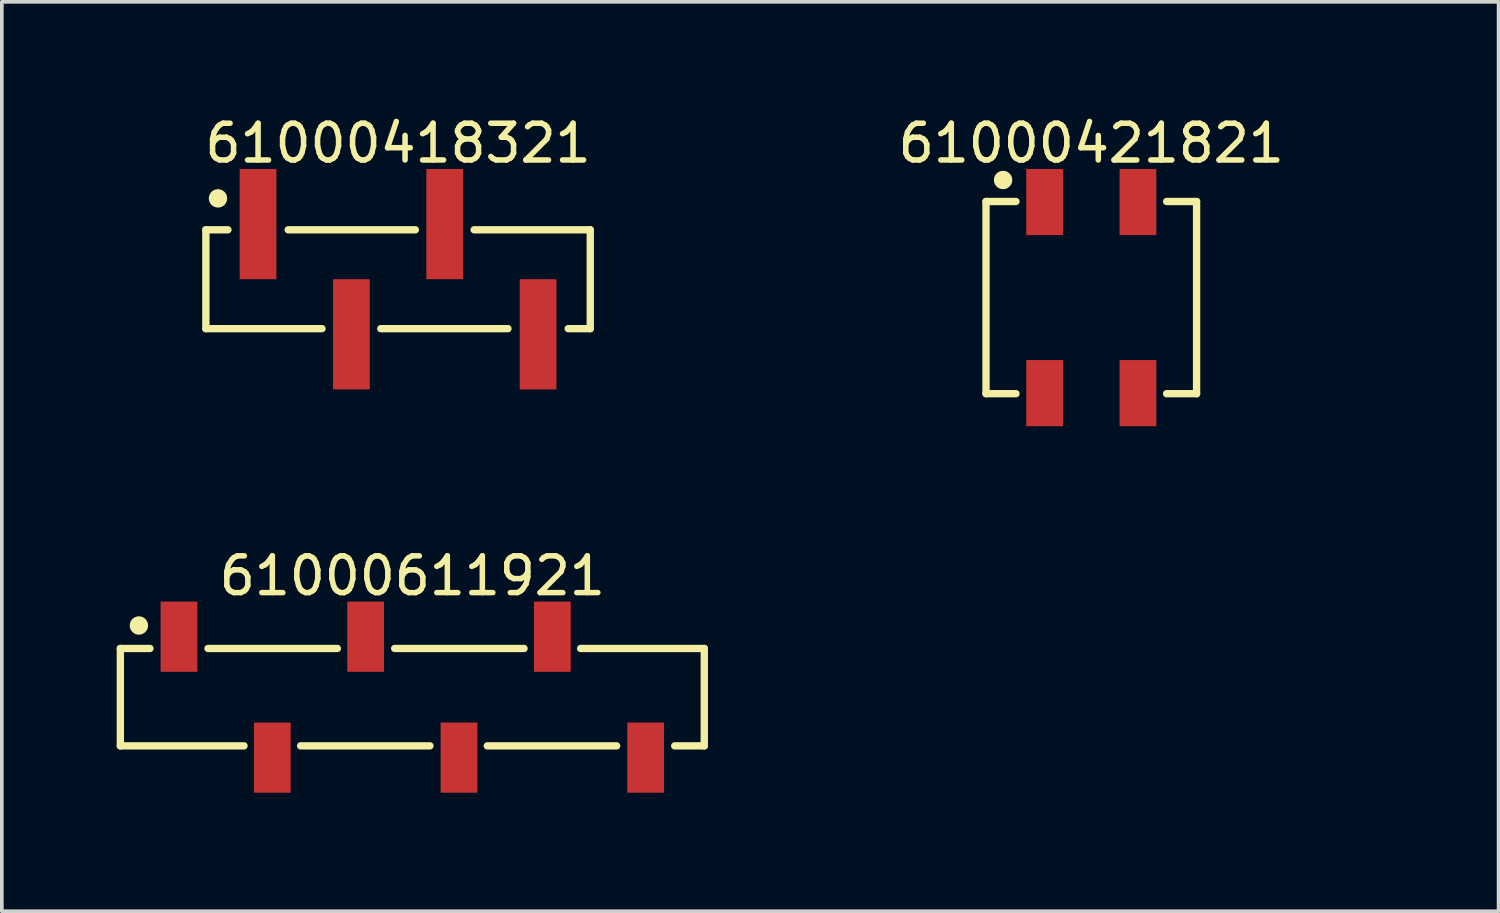
<source format=kicad_pcb>
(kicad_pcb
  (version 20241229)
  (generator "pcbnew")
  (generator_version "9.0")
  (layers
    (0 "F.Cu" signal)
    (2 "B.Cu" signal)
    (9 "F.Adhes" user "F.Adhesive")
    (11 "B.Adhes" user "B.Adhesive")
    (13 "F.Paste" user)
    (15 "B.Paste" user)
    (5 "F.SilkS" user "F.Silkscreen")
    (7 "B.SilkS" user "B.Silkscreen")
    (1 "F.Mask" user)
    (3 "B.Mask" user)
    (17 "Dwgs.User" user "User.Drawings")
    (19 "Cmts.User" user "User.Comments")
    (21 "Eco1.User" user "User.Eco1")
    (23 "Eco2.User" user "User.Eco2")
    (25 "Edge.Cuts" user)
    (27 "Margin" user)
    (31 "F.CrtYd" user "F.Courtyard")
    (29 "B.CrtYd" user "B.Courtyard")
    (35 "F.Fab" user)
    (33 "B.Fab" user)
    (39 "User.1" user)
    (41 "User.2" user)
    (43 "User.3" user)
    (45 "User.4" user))
  (footprint "61000421821"
    (layer "F.Cu")
    (at 26.646 5.048)
    (property "Reference" "61000421821" (at 0 -4.2 0) (layer "F.SilkS") (effects (font (size 1 1) (thickness 0.15))))
    (fp_line (start -2.865 -2.615) (end -2.05 -2.615) (stroke (width 0.2) (type solid)) (layer "F.SilkS"))
    (fp_line (start -2.865 2.615) (end -2.865 -2.615) (stroke (width 0.2) (type solid)) (layer "F.SilkS"))
    (fp_line (start -2.865 2.615) (end -2.05 2.615) (stroke (width 0.2) (type solid)) (layer "F.SilkS"))
    (fp_line (start 2.05 -2.615) (end 2.865 -2.615) (stroke (width 0.2) (type solid)) (layer "F.SilkS"))
    (fp_line (start 2.05 2.615) (end 2.865 2.615) (stroke (width 0.2) (type solid)) (layer "F.SilkS"))
    (fp_line (start 2.865 2.615) (end 2.865 -2.615) (stroke (width 0.2) (type solid)) (layer "F.SilkS"))
    (fp_circle (center -2.4 -3.2) (end -2.4 -3.325) (stroke (width 0.25) (type solid)) (fill no) (layer "F.SilkS"))
    (fp_line (start -3.065 -3.7) (end 3.065 -3.7) (stroke (width 0.05) (type solid)) (layer "Eco2.User"))
    (fp_line (start -3.065 3.7) (end -3.065 -3.7) (stroke (width 0.05) (type solid)) (layer "Eco2.User"))
    (fp_line (start -3.065 3.7) (end 3.065 3.7) (stroke (width 0.05) (type solid)) (layer "Eco2.User"))
    (fp_line (start -2.79 -2.54) (end 2.79 -2.54) (stroke (width 0.1) (type solid)) (layer "Eco2.User"))
    (fp_line (start -2.79 2.54) (end -2.79 -2.54) (stroke (width 0.1) (type solid)) (layer "Eco2.User"))
    (fp_line (start -2.79 2.54) (end 2.79 2.54) (stroke (width 0.1) (type solid)) (layer "Eco2.User"))
    (fp_line (start -1.59 -3.35) (end -0.95 -3.35) (stroke (width 0.1) (type solid)) (layer "Eco2.User"))
    (fp_line (start -1.59 -2.54) (end -1.59 -3.35) (stroke (width 0.1) (type solid)) (layer "Eco2.User"))
    (fp_line (start -1.59 3.35) (end -1.59 2.54) (stroke (width 0.1) (type solid)) (layer "Eco2.User"))
    (fp_line (start -1.59 3.35) (end -0.95 3.35) (stroke (width 0.1) (type solid)) (layer "Eco2.User"))
    (fp_line (start -0.95 -2.54) (end -0.95 -3.35) (stroke (width 0.1) (type solid)) (layer "Eco2.User"))
    (fp_line (start -0.95 3.35) (end -0.95 2.54) (stroke (width 0.1) (type solid)) (layer "Eco2.User"))
    (fp_line (start -0.5 0) (end 0.5 0) (stroke (width 0.05) (type solid)) (layer "Eco2.User"))
    (fp_line (start 0 0.5) (end 0 -0.5) (stroke (width 0.05) (type solid)) (layer "Eco2.User"))
    (fp_line (start 0.95 -3.35) (end 1.59 -3.35) (stroke (width 0.1) (type solid)) (layer "Eco2.User"))
    (fp_line (start 0.95 -2.54) (end 0.95 -3.35) (stroke (width 0.1) (type solid)) (layer "Eco2.User"))
    (fp_line (start 0.95 3.35) (end 0.95 2.54) (stroke (width 0.1) (type solid)) (layer "Eco2.User"))
    (fp_line (start 0.95 3.35) (end 1.59 3.35) (stroke (width 0.1) (type solid)) (layer "Eco2.User"))
    (fp_line (start 1.59 -2.54) (end 1.59 -3.35) (stroke (width 0.1) (type solid)) (layer "Eco2.User"))
    (fp_line (start 1.59 3.35) (end 1.59 2.54) (stroke (width 0.1) (type solid)) (layer "Eco2.User"))
    (fp_line (start 2.79 2.54) (end 2.79 -2.54) (stroke (width 0.1) (type solid)) (layer "Eco2.User"))
    (fp_line (start 3.065 3.7) (end 3.065 -3.7) (stroke (width 0.05) (type solid)) (layer "Eco2.User"))
    (fp_text user "${REFERENCE}" (at 0.15 -0.197 0) (unlocked yes) (layer "User.3") (effects (font (size 1.5 1.5) (thickness 0.15))))
    (pad "1" smd rect (at -1.27 -2.6) (size 1 1.8) (layers "F.Cu" "F.Mask" "F.Paste"))
    (pad "2" smd rect (at -1.27 2.6) (size 1 1.8) (layers "F.Cu" "F.Mask" "F.Paste"))
    (pad "3" smd rect (at 1.27 -2.6) (size 1 1.8) (layers "F.Cu" "F.Mask" "F.Paste"))
    (pad "4" smd rect (at 1.27 2.6) (size 1 1.8) (layers "F.Cu" "F.Mask" "F.Paste")))
  (footprint "61000418321"
    (layer "F.Cu")
    (at 7.782 4.548)
    (property "Reference" "61000418321" (at 0 -3.7 0) (layer "F.SilkS") (effects (font (size 1 1) (thickness 0.15))))
    (fp_line (start -5.23 -1.345) (end -4.63 -1.345) (stroke (width 0.2) (type solid)) (layer "F.SilkS"))
    (fp_line (start -5.23 1.345) (end -5.23 -1.345) (stroke (width 0.2) (type solid)) (layer "F.SilkS"))
    (fp_line (start -5.23 1.345) (end -2.07 1.345) (stroke (width 0.2) (type solid)) (layer "F.SilkS"))
    (fp_line (start -2.99 -1.345) (end 0.47 -1.345) (stroke (width 0.2) (type solid)) (layer "F.SilkS"))
    (fp_line (start -0.47 1.345) (end 2.99 1.345) (stroke (width 0.2) (type solid)) (layer "F.SilkS"))
    (fp_line (start 2.07 -1.345) (end 5.23 -1.345) (stroke (width 0.2) (type solid)) (layer "F.SilkS"))
    (fp_line (start 4.63 1.345) (end 5.23 1.345) (stroke (width 0.2) (type solid)) (layer "F.SilkS"))
    (fp_line (start 5.23 1.345) (end 5.23 -1.345) (stroke (width 0.2) (type solid)) (layer "F.SilkS"))
    (fp_circle (center -4.9 -2.2) (end -4.9 -2.325) (stroke (width 0.25) (type solid)) (fill no) (layer "F.SilkS"))
    (fp_line (start -5.43 -3.2) (end 5.43 -3.2) (stroke (width 0.05) (type solid)) (layer "Eco2.User"))
    (fp_line (start -5.43 3.2) (end -5.43 -3.2) (stroke (width 0.05) (type solid)) (layer "Eco2.User"))
    (fp_line (start -5.43 3.2) (end 5.43 3.2) (stroke (width 0.05) (type solid)) (layer "Eco2.User"))
    (fp_line (start -5.08 -1.27) (end 5.08 -1.27) (stroke (width 0.1) (type solid)) (layer "Eco2.User"))
    (fp_line (start -5.08 1.27) (end -5.08 -1.27) (stroke (width 0.1) (type solid)) (layer "Eco2.User"))
    (fp_line (start -5.08 1.27) (end 5.08 1.27) (stroke (width 0.1) (type solid)) (layer "Eco2.User"))
    (fp_line (start -4.13 -2.5) (end -3.49 -2.5) (stroke (width 0.1) (type solid)) (layer "Eco2.User"))
    (fp_line (start -4.13 -1.27) (end -4.13 -2.5) (stroke (width 0.1) (type solid)) (layer "Eco2.User"))
    (fp_line (start -3.49 -1.27) (end -3.49 -2.5) (stroke (width 0.1) (type solid)) (layer "Eco2.User"))
    (fp_line (start -1.59 2.5) (end -1.59 1.27) (stroke (width 0.1) (type solid)) (layer "Eco2.User"))
    (fp_line (start -1.59 2.5) (end -0.95 2.5) (stroke (width 0.1) (type solid)) (layer "Eco2.User"))
    (fp_line (start -0.95 2.5) (end -0.95 1.27) (stroke (width 0.1) (type solid)) (layer "Eco2.User"))
    (fp_line (start -0.5 0) (end 0.5 0) (stroke (width 0.05) (type solid)) (layer "Eco2.User"))
    (fp_line (start 0 0.5) (end 0 -0.5) (stroke (width 0.05) (type solid)) (layer "Eco2.User"))
    (fp_line (start 0.95 -2.5) (end 1.59 -2.5) (stroke (width 0.1) (type solid)) (layer "Eco2.User"))
    (fp_line (start 0.95 -1.27) (end 0.95 -2.5) (stroke (width 0.1) (type solid)) (layer "Eco2.User"))
    (fp_line (start 1.59 -1.27) (end 1.59 -2.5) (stroke (width 0.1) (type solid)) (layer "Eco2.User"))
    (fp_line (start 3.49 2.5) (end 3.49 1.27) (stroke (width 0.1) (type solid)) (layer "Eco2.User"))
    (fp_line (start 3.49 2.5) (end 4.13 2.5) (stroke (width 0.1) (type solid)) (layer "Eco2.User"))
    (fp_line (start 4.13 2.5) (end 4.13 1.27) (stroke (width 0.1) (type solid)) (layer "Eco2.User"))
    (fp_line (start 5.08 1.27) (end 5.08 -1.27) (stroke (width 0.1) (type solid)) (layer "Eco2.User"))
    (fp_line (start 5.43 3.2) (end 5.43 -3.2) (stroke (width 0.05) (type solid)) (layer "Eco2.User"))
    (fp_text user "${REFERENCE}" (at 0.15 -0.197 0) (unlocked yes) (layer "User.3") (effects (font (size 1.5 1.5) (thickness 0.15))))
    (pad "1" smd rect (at -3.81 -1.5) (size 1 3) (layers "F.Cu" "F.Mask" "F.Paste"))
    (pad "2" smd rect (at -1.27 1.5) (size 1 3) (layers "F.Cu" "F.Mask" "F.Paste"))
    (pad "3" smd rect (at 1.27 -1.5) (size 1 3) (layers "F.Cu" "F.Mask" "F.Paste"))
    (pad "4" smd rect (at 3.81 1.5) (size 1 3) (layers "F.Cu" "F.Mask" "F.Paste")))
  (footprint "61000611921"
    (layer "F.Cu")
    (at 8.17 15.921)
    (property "Reference" "61000611921" (at 0 -3.3 0) (layer "F.SilkS") (effects (font (size 1 1) (thickness 0.15))))
    (fp_line (start -7.945 -1.325) (end -7.14 -1.325) (stroke (width 0.2) (type solid)) (layer "F.SilkS"))
    (fp_line (start -7.945 1.325) (end -7.945 -1.325) (stroke (width 0.2) (type solid)) (layer "F.SilkS"))
    (fp_line (start -7.945 1.325) (end -4.58 1.325) (stroke (width 0.2) (type solid)) (layer "F.SilkS"))
    (fp_line (start -5.56 -1.325) (end -2.04 -1.325) (stroke (width 0.2) (type solid)) (layer "F.SilkS"))
    (fp_line (start -3.04 1.325) (end 0.48 1.325) (stroke (width 0.2) (type solid)) (layer "F.SilkS"))
    (fp_line (start -0.48 -1.325) (end 3.04 -1.325) (stroke (width 0.2) (type solid)) (layer "F.SilkS"))
    (fp_line (start 2.04 1.325) (end 5.56 1.325) (stroke (width 0.2) (type solid)) (layer "F.SilkS"))
    (fp_line (start 4.58 -1.325) (end 7.945 -1.325) (stroke (width 0.2) (type solid)) (layer "F.SilkS"))
    (fp_line (start 7.14 1.325) (end 7.945 1.325) (stroke (width 0.2) (type solid)) (layer "F.SilkS"))
    (fp_line (start 7.945 1.325) (end 7.945 -1.325) (stroke (width 0.2) (type solid)) (layer "F.SilkS"))
    (fp_circle (center -7.44 -1.95) (end -7.44 -2.075) (stroke (width 0.25) (type solid)) (fill no) (layer "F.SilkS"))
    (fp_line (start -8.145 -2.8) (end 8.145 -2.8) (stroke (width 0.05) (type solid)) (layer "Eco2.User"))
    (fp_line (start -8.145 2.8) (end -8.145 -2.8) (stroke (width 0.05) (type solid)) (layer "Eco2.User"))
    (fp_line (start -8.145 2.8) (end 8.145 2.8) (stroke (width 0.05) (type solid)) (layer "Eco2.User"))
    (fp_line (start -7.87 -1.25) (end 7.87 -1.25) (stroke (width 0.1) (type solid)) (layer "Eco2.User"))
    (fp_line (start -7.87 1.25) (end -7.87 -1.25) (stroke (width 0.1) (type solid)) (layer "Eco2.User"))
    (fp_line (start -7.87 1.25) (end 7.87 1.25) (stroke (width 0.1) (type solid)) (layer "Eco2.User"))
    (fp_line (start -6.6 -2.025) (end -6.1 -2.025) (stroke (width 0.1) (type solid)) (layer "Eco2.User"))
    (fp_line (start -6.6 -1.25) (end -6.6 -2.025) (stroke (width 0.1) (type solid)) (layer "Eco2.User"))
    (fp_line (start -6.1 -1.25) (end -6.1 -2.025) (stroke (width 0.1) (type solid)) (layer "Eco2.User"))
    (fp_line (start -4.06 2.025) (end -4.06 1.25) (stroke (width 0.1) (type solid)) (layer "Eco2.User"))
    (fp_line (start -4.06 2.025) (end -3.56 2.025) (stroke (width 0.1) (type solid)) (layer "Eco2.User"))
    (fp_line (start -3.56 2.025) (end -3.56 1.25) (stroke (width 0.1) (type solid)) (layer "Eco2.User"))
    (fp_line (start -1.52 -2.025) (end -1.02 -2.025) (stroke (width 0.1) (type solid)) (layer "Eco2.User"))
    (fp_line (start -1.52 -1.25) (end -1.52 -2.025) (stroke (width 0.1) (type solid)) (layer "Eco2.User"))
    (fp_line (start -1.02 -1.25) (end -1.02 -2.025) (stroke (width 0.1) (type solid)) (layer "Eco2.User"))
    (fp_line (start -0.5 0) (end 0.5 0) (stroke (width 0.05) (type solid)) (layer "Eco2.User"))
    (fp_line (start 0 0.5) (end 0 -0.5) (stroke (width 0.05) (type solid)) (layer "Eco2.User"))
    (fp_line (start 1.02 2.025) (end 1.02 1.25) (stroke (width 0.1) (type solid)) (layer "Eco2.User"))
    (fp_line (start 1.02 2.025) (end 1.52 2.025) (stroke (width 0.1) (type solid)) (layer "Eco2.User"))
    (fp_line (start 1.52 2.025) (end 1.52 1.25) (stroke (width 0.1) (type solid)) (layer "Eco2.User"))
    (fp_line (start 3.56 -2.025) (end 4.06 -2.025) (stroke (width 0.1) (type solid)) (layer "Eco2.User"))
    (fp_line (start 3.56 -1.25) (end 3.56 -2.025) (stroke (width 0.1) (type solid)) (layer "Eco2.User"))
    (fp_line (start 4.06 -1.25) (end 4.06 -2.025) (stroke (width 0.1) (type solid)) (layer "Eco2.User"))
    (fp_line (start 6.1 2.025) (end 6.1 1.25) (stroke (width 0.1) (type solid)) (layer "Eco2.User"))
    (fp_line (start 6.1 2.025) (end 6.6 2.025) (stroke (width 0.1) (type solid)) (layer "Eco2.User"))
    (fp_line (start 6.6 2.025) (end 6.6 1.25) (stroke (width 0.1) (type solid)) (layer "Eco2.User"))
    (fp_line (start 7.87 1.25) (end 7.87 -1.25) (stroke (width 0.1) (type solid)) (layer "Eco2.User"))
    (fp_line (start 8.145 2.8) (end 8.145 -2.8) (stroke (width 0.05) (type solid)) (layer "Eco2.User"))
    (fp_text user "${REFERENCE}" (at 0.15 -0.197 0) (unlocked yes) (layer "User.3") (effects (font (size 1.5 1.5) (thickness 0.15))))
    (pad "1" smd rect (at -6.35 -1.645) (size 1 1.91) (layers "F.Cu" "F.Mask" "F.Paste"))
    (pad "2" smd rect (at -3.81 1.645) (size 1 1.91) (layers "F.Cu" "F.Mask" "F.Paste"))
    (pad "3" smd rect (at -1.27 -1.645) (size 1 1.91) (layers "F.Cu" "F.Mask" "F.Paste"))
    (pad "4" smd rect (at 1.27 1.645) (size 1 1.91) (layers "F.Cu" "F.Mask" "F.Paste"))
    (pad "5" smd rect (at 3.81 -1.645) (size 1 1.91) (layers "F.Cu" "F.Mask" "F.Paste"))
    (pad "6" smd rect (at 6.35 1.645) (size 1 1.91) (layers "F.Cu" "F.Mask" "F.Paste")))
  (gr_rect
    (start -3 -3)
    (end 37.729 21.747)
    (stroke (width 0.1) (type default))
    (fill no)
    (layer "Edge.Cuts")))
</source>
